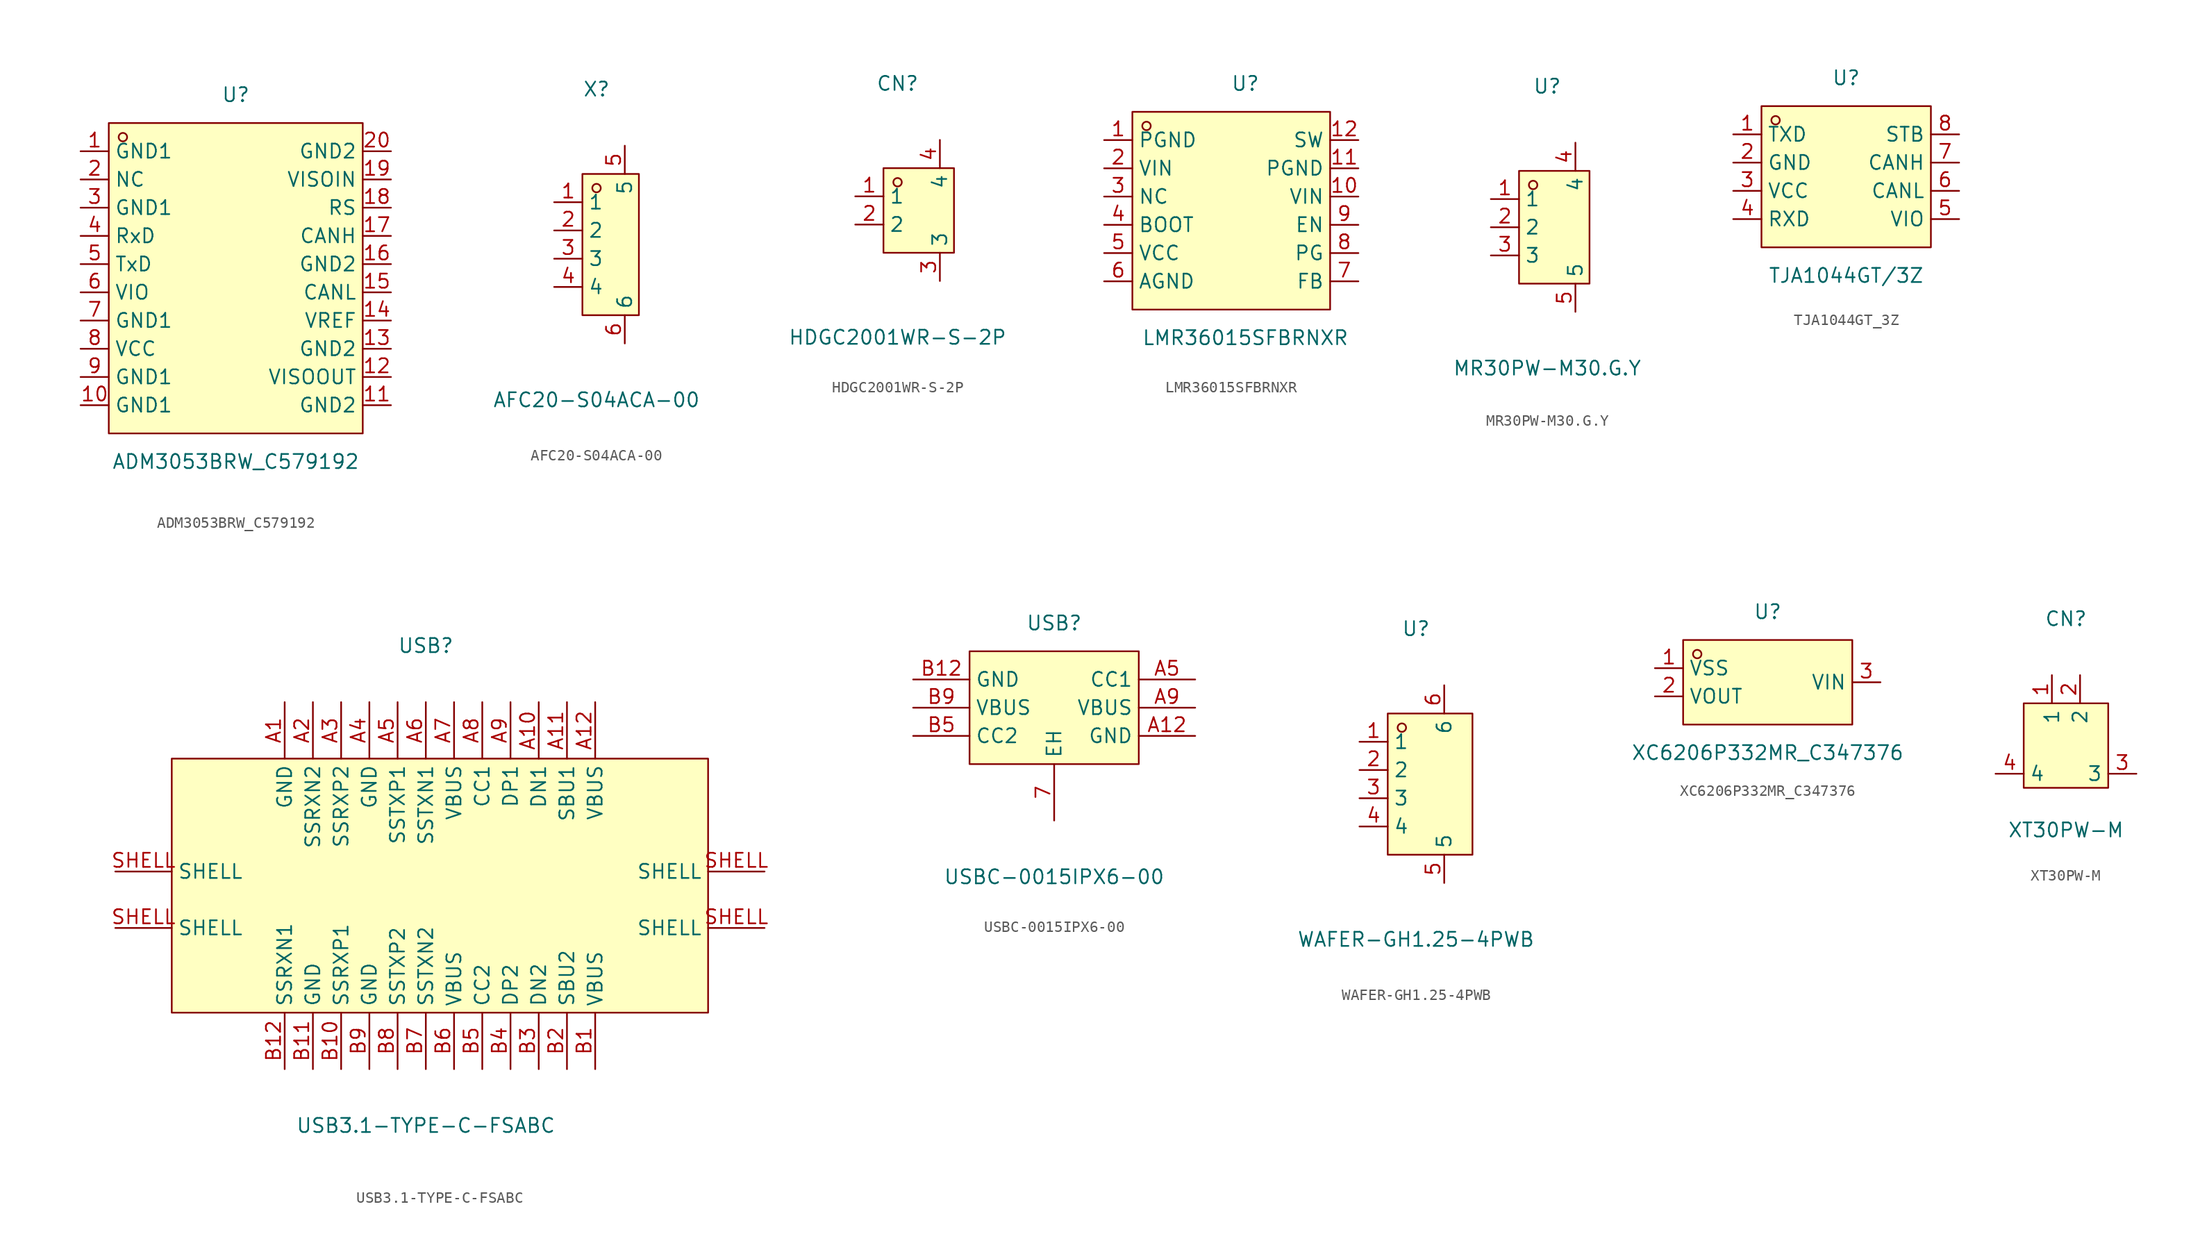
<source format=kicad_sym>
(kicad_symbol_lib
  (version 20220914)
  (generator https://github.com/uPesy/easyeda2kicad.py)
  (symbol "ADM3053BRW_C579192"
    (property "Reference" "U"
      (at 0 16.51 0)
      (effects (font (size 1.27 1.27))))
    (property "Value" "ADM3053BRW_C579192"
      (at 0 -16.51 0)
      (effects (font (size 1.27 1.27))))
    (symbol "ADM3053BRW_C579192_0_1"
      (rectangle (start -11.43 13.97) (end 11.43 -13.97) (stroke (width 0) (type default) (color 0 0 0 0)) (fill (type background)))
      (circle (center -10.16 12.70) (radius 0.38) (stroke (width 0) (type default) (color 0 0 0 0)) (fill (type none)))
      (pin unspecified line (at -13.97 11.43 0) (length 2.54) (name "GND1" (effects (font (size 1.27 1.27)))) (number "1" (effects (font (size 1.27 1.27)))))
      (pin unspecified line (at -13.97 8.89 0) (length 2.54) (name "NC" (effects (font (size 1.27 1.27)))) (number "2" (effects (font (size 1.27 1.27)))))
      (pin unspecified line (at -13.97 6.35 0) (length 2.54) (name "GND1" (effects (font (size 1.27 1.27)))) (number "3" (effects (font (size 1.27 1.27)))))
      (pin unspecified line (at -13.97 3.81 0) (length 2.54) (name "RxD" (effects (font (size 1.27 1.27)))) (number "4" (effects (font (size 1.27 1.27)))))
      (pin unspecified line (at -13.97 1.27 0) (length 2.54) (name "TxD" (effects (font (size 1.27 1.27)))) (number "5" (effects (font (size 1.27 1.27)))))
      (pin unspecified line (at -13.97 -1.27 0) (length 2.54) (name "VIO" (effects (font (size 1.27 1.27)))) (number "6" (effects (font (size 1.27 1.27)))))
      (pin unspecified line (at -13.97 -3.81 0) (length 2.54) (name "GND1" (effects (font (size 1.27 1.27)))) (number "7" (effects (font (size 1.27 1.27)))))
      (pin unspecified line (at -13.97 -6.35 0) (length 2.54) (name "VCC" (effects (font (size 1.27 1.27)))) (number "8" (effects (font (size 1.27 1.27)))))
      (pin unspecified line (at -13.97 -8.89 0) (length 2.54) (name "GND1" (effects (font (size 1.27 1.27)))) (number "9" (effects (font (size 1.27 1.27)))))
      (pin unspecified line (at -13.97 -11.43 0) (length 2.54) (name "GND1" (effects (font (size 1.27 1.27)))) (number "10" (effects (font (size 1.27 1.27)))))
      (pin unspecified line (at 13.97 -11.43 180) (length 2.54) (name "GND2" (effects (font (size 1.27 1.27)))) (number "11" (effects (font (size 1.27 1.27)))))
      (pin unspecified line (at 13.97 -8.89 180) (length 2.54) (name "VISOOUT" (effects (font (size 1.27 1.27)))) (number "12" (effects (font (size 1.27 1.27)))))
      (pin unspecified line (at 13.97 -6.35 180) (length 2.54) (name "GND2" (effects (font (size 1.27 1.27)))) (number "13" (effects (font (size 1.27 1.27)))))
      (pin unspecified line (at 13.97 -3.81 180) (length 2.54) (name "VREF" (effects (font (size 1.27 1.27)))) (number "14" (effects (font (size 1.27 1.27)))))
      (pin unspecified line (at 13.97 -1.27 180) (length 2.54) (name "CANL" (effects (font (size 1.27 1.27)))) (number "15" (effects (font (size 1.27 1.27)))))
      (pin unspecified line (at 13.97 1.27 180) (length 2.54) (name "GND2" (effects (font (size 1.27 1.27)))) (number "16" (effects (font (size 1.27 1.27)))))
      (pin unspecified line (at 13.97 3.81 180) (length 2.54) (name "CANH" (effects (font (size 1.27 1.27)))) (number "17" (effects (font (size 1.27 1.27)))))
      (pin unspecified line (at 13.97 6.35 180) (length 2.54) (name "RS" (effects (font (size 1.27 1.27)))) (number "18" (effects (font (size 1.27 1.27)))))
      (pin unspecified line (at 13.97 8.89 180) (length 2.54) (name "VISOIN" (effects (font (size 1.27 1.27)))) (number "19" (effects (font (size 1.27 1.27)))))
      (pin unspecified line (at 13.97 11.43 180) (length 2.54) (name "GND2" (effects (font (size 1.27 1.27)))) (number "20" (effects (font (size 1.27 1.27)))))))
  (symbol "AFC20-S04ACA-00"
    (property "Reference" "X"
      (at 0 13.97 0)
      (effects (font (size 1.27 1.27))))
    (property "Value" "AFC20-S04ACA-00"
      (at 0 -13.97 0)
      (effects (font (size 1.27 1.27))))
    (symbol "AFC20-S04ACA-00_0_1"
      (rectangle (start -1.27 6.35) (end 3.81 -6.35) (stroke (width 0) (type default) (color 0 0 0 0)) (fill (type background)))
      (circle (center 0.00 5.08) (radius 0.38) (stroke (width 0) (type default) (color 0 0 0 0)) (fill (type none)))
      (pin unspecified line (at 2.54 -8.89 90) (length 2.54) (name "6" (effects (font (size 1.27 1.27)))) (number "6" (effects (font (size 1.27 1.27)))))
      (pin unspecified line (at 2.54 8.89 270) (length 2.54) (name "5" (effects (font (size 1.27 1.27)))) (number "5" (effects (font (size 1.27 1.27)))))
      (pin unspecified line (at -3.81 -3.81 0) (length 2.54) (name "4" (effects (font (size 1.27 1.27)))) (number "4" (effects (font (size 1.27 1.27)))))
      (pin unspecified line (at -3.81 -1.27 0) (length 2.54) (name "3" (effects (font (size 1.27 1.27)))) (number "3" (effects (font (size 1.27 1.27)))))
      (pin unspecified line (at -3.81 1.27 0) (length 2.54) (name "2" (effects (font (size 1.27 1.27)))) (number "2" (effects (font (size 1.27 1.27)))))
      (pin unspecified line (at -3.81 3.81 0) (length 2.54) (name "1" (effects (font (size 1.27 1.27)))) (number "1" (effects (font (size 1.27 1.27)))))))
  (symbol "HDGC2001WR-S-2P"
    (property "Reference" "CN"
      (at 0 11.43 0)
      (effects (font (size 1.27 1.27))))
    (property "Value" "HDGC2001WR-S-2P"
      (at 0 -11.43 0)
      (effects (font (size 1.27 1.27))))
    (symbol "HDGC2001WR-S-2P_0_1"
      (rectangle (start -1.27 3.81) (end 5.08 -3.81) (stroke (width 0) (type default) (color 0 0 0 0)) (fill (type background)))
      (circle (center 0.00 2.54) (radius 0.38) (stroke (width 0) (type default) (color 0 0 0 0)) (fill (type none)))
      (pin unspecified line (at -3.81 1.27 0) (length 2.54) (name "1" (effects (font (size 1.27 1.27)))) (number "1" (effects (font (size 1.27 1.27)))))
      (pin unspecified line (at -3.81 -1.27 0) (length 2.54) (name "2" (effects (font (size 1.27 1.27)))) (number "2" (effects (font (size 1.27 1.27)))))
      (pin unspecified line (at 3.81 -6.35 90) (length 2.54) (name "3" (effects (font (size 1.27 1.27)))) (number "3" (effects (font (size 1.27 1.27)))))
      (pin unspecified line (at 3.81 6.35 270) (length 2.54) (name "4" (effects (font (size 1.27 1.27)))) (number "4" (effects (font (size 1.27 1.27)))))))
  (symbol "LMR36015SFBRNXR"
    (property "Reference" "U"
      (at 0 12.7 0)
      (effects (font (size 1.27 1.27))))
    (property "Value" "LMR36015SFBRNXR"
      (at 0 -10.16 0)
      (effects (font (size 1.27 1.27))))
    (symbol "LMR36015SFBRNXR_0_1"
      (rectangle (start -10.16 10.16) (end 7.62 -7.62) (stroke (width 0) (type default)) (fill (type background)))
      (circle (center -8.89 8.89) (radius 0.38) (stroke (width 0) (type default)) (fill (type none)))
      (pin unspecified line (at -12.7 7.62 0) (length 2.54) (name "PGND" (effects (font (size 1.27 1.27)))) (number "1" (effects (font (size 1.27 1.27)))))
      (pin unspecified line (at 10.16 2.54 180) (length 2.54) (name "VIN" (effects (font (size 1.27 1.27)))) (number "10" (effects (font (size 1.27 1.27)))))
      (pin unspecified line (at 10.16 5.08 180) (length 2.54) (name "PGND" (effects (font (size 1.27 1.27)))) (number "11" (effects (font (size 1.27 1.27)))))
      (pin unspecified line (at 10.16 7.62 180) (length 2.54) (name "SW" (effects (font (size 1.27 1.27)))) (number "12" (effects (font (size 1.27 1.27)))))
      (pin unspecified line (at -12.7 5.08 0) (length 2.54) (name "VIN" (effects (font (size 1.27 1.27)))) (number "2" (effects (font (size 1.27 1.27)))))
      (pin unspecified line (at -12.7 2.54 0) (length 2.54) (name "NC" (effects (font (size 1.27 1.27)))) (number "3" (effects (font (size 1.27 1.27)))))
      (pin unspecified line (at -12.7 0 0) (length 2.54) (name "BOOT" (effects (font (size 1.27 1.27)))) (number "4" (effects (font (size 1.27 1.27)))))
      (pin unspecified line (at -12.7 -2.54 0) (length 2.54) (name "VCC" (effects (font (size 1.27 1.27)))) (number "5" (effects (font (size 1.27 1.27)))))
      (pin unspecified line (at -12.7 -5.08 0) (length 2.54) (name "AGND" (effects (font (size 1.27 1.27)))) (number "6" (effects (font (size 1.27 1.27)))))
      (pin unspecified line (at 10.16 -5.08 180) (length 2.54) (name "FB" (effects (font (size 1.27 1.27)))) (number "7" (effects (font (size 1.27 1.27)))))
      (pin unspecified line (at 10.16 -2.54 180) (length 2.54) (name "PG" (effects (font (size 1.27 1.27)))) (number "8" (effects (font (size 1.27 1.27)))))
      (pin unspecified line (at 10.16 0 180) (length 2.54) (name "EN" (effects (font (size 1.27 1.27)))) (number "9" (effects (font (size 1.27 1.27)))))))
  (symbol "MR30PW-M30.G.Y"
    (property "Reference" "U"
      (at 0 12.70 0)
      (effects (font (size 1.27 1.27))))
    (property "Value" "MR30PW-M30.G.Y"
      (at 0 -12.70 0)
      (effects (font (size 1.27 1.27))))
    (symbol "MR30PW-M30.G.Y_0_1"
      (rectangle (start -2.54 5.08) (end 3.81 -5.08) (stroke (width 0) (type default) (color 0 0 0 0)) (fill (type background)))
      (circle (center -1.27 3.81) (radius 0.38) (stroke (width 0) (type default) (color 0 0 0 0)) (fill (type none)))
      (pin unspecified line (at 2.54 7.62 270) (length 2.54) (name "4" (effects (font (size 1.27 1.27)))) (number "4" (effects (font (size 1.27 1.27)))))
      (pin unspecified line (at 2.54 -7.62 90) (length 2.54) (name "5" (effects (font (size 1.27 1.27)))) (number "5" (effects (font (size 1.27 1.27)))))
      (pin unspecified line (at -5.08 -2.54 0) (length 2.54) (name "3" (effects (font (size 1.27 1.27)))) (number "3" (effects (font (size 1.27 1.27)))))
      (pin unspecified line (at -5.08 -0.00 0) (length 2.54) (name "2" (effects (font (size 1.27 1.27)))) (number "2" (effects (font (size 1.27 1.27)))))
      (pin unspecified line (at -5.08 2.54 0) (length 2.54) (name "1" (effects (font (size 1.27 1.27)))) (number "1" (effects (font (size 1.27 1.27)))))))
  (symbol "TJA1044GT_3Z"
    (property "Reference" "U"
      (at 0 8.89 0)
      (effects (font (size 1.27 1.27))))
    (property "Value" "TJA1044GT/3Z"
      (at 0 -8.89 0)
      (effects (font (size 1.27 1.27))))
    (symbol "TJA1044GT_3Z_0_1"
      (rectangle (start -7.62 6.35) (end 7.62 -6.35) (stroke (width 0) (type default) (color 0 0 0 0)) (fill (type background)))
      (circle (center -6.35 5.08) (radius 0.38) (stroke (width 0) (type default) (color 0 0 0 0)) (fill (type none)))
      (pin unspecified line (at -10.16 3.81 0) (length 2.54) (name "TXD" (effects (font (size 1.27 1.27)))) (number "1" (effects (font (size 1.27 1.27)))))
      (pin unspecified line (at -10.16 1.27 0) (length 2.54) (name "GND" (effects (font (size 1.27 1.27)))) (number "2" (effects (font (size 1.27 1.27)))))
      (pin unspecified line (at -10.16 -1.27 0) (length 2.54) (name "VCC" (effects (font (size 1.27 1.27)))) (number "3" (effects (font (size 1.27 1.27)))))
      (pin unspecified line (at -10.16 -3.81 0) (length 2.54) (name "RXD" (effects (font (size 1.27 1.27)))) (number "4" (effects (font (size 1.27 1.27)))))
      (pin unspecified line (at 10.16 -3.81 180) (length 2.54) (name "VIO" (effects (font (size 1.27 1.27)))) (number "5" (effects (font (size 1.27 1.27)))))
      (pin unspecified line (at 10.16 -1.27 180) (length 2.54) (name "CANL" (effects (font (size 1.27 1.27)))) (number "6" (effects (font (size 1.27 1.27)))))
      (pin unspecified line (at 10.16 1.27 180) (length 2.54) (name "CANH" (effects (font (size 1.27 1.27)))) (number "7" (effects (font (size 1.27 1.27)))))
      (pin unspecified line (at 10.16 3.81 180) (length 2.54) (name "STB" (effects (font (size 1.27 1.27)))) (number "8" (effects (font (size 1.27 1.27)))))))
  (symbol "USB3.1-TYPE-C-FSABC"
    (property "Reference" "USB"
      (at 0 22.86 0)
      (effects (font (size 1.27 1.27))))
    (property "Value" "USB3.1-TYPE-C-FSABC"
      (at 0 -20.32 0)
      (effects (font (size 1.27 1.27))))
    (symbol "USB3.1-TYPE-C-FSABC_0_1"
      (rectangle (start -22.86 12.70) (end 25.40 -10.16) (stroke (width 0) (type default) (color 0 0 0 0)) (fill (type background)))
      (pin unspecified line (at -12.70 17.78 270) (length 5.08) (name "GND" (effects (font (size 1.27 1.27)))) (number "A1" (effects (font (size 1.27 1.27)))))
      (pin unspecified line (at -10.16 17.78 270) (length 5.08) (name "SSRXN2" (effects (font (size 1.27 1.27)))) (number "A2" (effects (font (size 1.27 1.27)))))
      (pin unspecified line (at -7.62 17.78 270) (length 5.08) (name "SSRXP2" (effects (font (size 1.27 1.27)))) (number "A3" (effects (font (size 1.27 1.27)))))
      (pin unspecified line (at -5.08 17.78 270) (length 5.08) (name "GND" (effects (font (size 1.27 1.27)))) (number "A4" (effects (font (size 1.27 1.27)))))
      (pin unspecified line (at -2.54 17.78 270) (length 5.08) (name "SSTXP1" (effects (font (size 1.27 1.27)))) (number "A5" (effects (font (size 1.27 1.27)))))
      (pin unspecified line (at 0.00 17.78 270) (length 5.08) (name "SSTXN1" (effects (font (size 1.27 1.27)))) (number "A6" (effects (font (size 1.27 1.27)))))
      (pin unspecified line (at 2.54 17.78 270) (length 5.08) (name "VBUS" (effects (font (size 1.27 1.27)))) (number "A7" (effects (font (size 1.27 1.27)))))
      (pin unspecified line (at 5.08 17.78 270) (length 5.08) (name "CC1" (effects (font (size 1.27 1.27)))) (number "A8" (effects (font (size 1.27 1.27)))))
      (pin unspecified line (at 7.62 17.78 270) (length 5.08) (name "DP1" (effects (font (size 1.27 1.27)))) (number "A9" (effects (font (size 1.27 1.27)))))
      (pin unspecified line (at 10.16 17.78 270) (length 5.08) (name "DN1" (effects (font (size 1.27 1.27)))) (number "A10" (effects (font (size 1.27 1.27)))))
      (pin unspecified line (at 12.70 17.78 270) (length 5.08) (name "SBU1" (effects (font (size 1.27 1.27)))) (number "A11" (effects (font (size 1.27 1.27)))))
      (pin unspecified line (at 15.24 17.78 270) (length 5.08) (name "VBUS" (effects (font (size 1.27 1.27)))) (number "A12" (effects (font (size 1.27 1.27)))))
      (pin unspecified line (at -10.16 -15.24 90) (length 5.08) (name "GND" (effects (font (size 1.27 1.27)))) (number "B11" (effects (font (size 1.27 1.27)))))
      (pin unspecified line (at -12.70 -15.24 90) (length 5.08) (name "SSRXN1" (effects (font (size 1.27 1.27)))) (number "B12" (effects (font (size 1.27 1.27)))))
      (pin unspecified line (at -7.62 -15.24 90) (length 5.08) (name "SSRXP1" (effects (font (size 1.27 1.27)))) (number "B10" (effects (font (size 1.27 1.27)))))
      (pin unspecified line (at -5.08 -15.24 90) (length 5.08) (name "GND" (effects (font (size 1.27 1.27)))) (number "B9" (effects (font (size 1.27 1.27)))))
      (pin unspecified line (at -2.54 -15.24 90) (length 5.08) (name "SSTXP2" (effects (font (size 1.27 1.27)))) (number "B8" (effects (font (size 1.27 1.27)))))
      (pin unspecified line (at 0.00 -15.24 90) (length 5.08) (name "SSTXN2" (effects (font (size 1.27 1.27)))) (number "B7" (effects (font (size 1.27 1.27)))))
      (pin unspecified line (at 2.54 -15.24 90) (length 5.08) (name "VBUS" (effects (font (size 1.27 1.27)))) (number "B6" (effects (font (size 1.27 1.27)))))
      (pin unspecified line (at 5.08 -15.24 90) (length 5.08) (name "CC2" (effects (font (size 1.27 1.27)))) (number "B5" (effects (font (size 1.27 1.27)))))
      (pin unspecified line (at 7.62 -15.24 90) (length 5.08) (name "DP2" (effects (font (size 1.27 1.27)))) (number "B4" (effects (font (size 1.27 1.27)))))
      (pin unspecified line (at 10.16 -15.24 90) (length 5.08) (name "DN2" (effects (font (size 1.27 1.27)))) (number "B3" (effects (font (size 1.27 1.27)))))
      (pin unspecified line (at 12.70 -15.24 90) (length 5.08) (name "SBU2" (effects (font (size 1.27 1.27)))) (number "B2" (effects (font (size 1.27 1.27)))))
      (pin unspecified line (at 15.24 -15.24 90) (length 5.08) (name "VBUS" (effects (font (size 1.27 1.27)))) (number "B1" (effects (font (size 1.27 1.27)))))
      (pin unspecified line (at 30.48 -2.54 180) (length 5.08) (name "SHELL" (effects (font (size 1.27 1.27)))) (number "SHELL" (effects (font (size 1.27 1.27)))))
      (pin unspecified line (at 30.48 2.54 180) (length 5.08) (name "SHELL" (effects (font (size 1.27 1.27)))) (number "SHELL" (effects (font (size 1.27 1.27)))))
      (pin unspecified line (at -27.94 2.54 0) (length 5.08) (name "SHELL" (effects (font (size 1.27 1.27)))) (number "SHELL" (effects (font (size 1.27 1.27)))))
      (pin unspecified line (at -27.94 -2.54 0) (length 5.08) (name "SHELL" (effects (font (size 1.27 1.27)))) (number "SHELL" (effects (font (size 1.27 1.27)))))))
  (symbol "USBC-0015IPX6-00"
    (property "Reference" "USB"
      (at 0 7.62 0)
      (effects (font (size 1.27 1.27))))
    (property "Value" "USBC-0015IPX6-00"
      (at 0 -15.24 0)
      (effects (font (size 1.27 1.27))))
    (symbol "USBC-0015IPX6-00_0_1"
      (rectangle (start -7.62 5.08) (end 7.62 -5.08) (stroke (width 0) (type default) (color 0 0 0 0)) (fill (type background)))
      (pin unspecified line (at 0.00 -10.16 90) (length 5.08) (name "EH" (effects (font (size 1.27 1.27)))) (number "7" (effects (font (size 1.27 1.27)))))
      (pin unspecified line (at 12.70 2.54 180) (length 5.08) (name "CC1" (effects (font (size 1.27 1.27)))) (number "A5" (effects (font (size 1.27 1.27)))))
      (pin unspecified line (at 12.70 -0.00 180) (length 5.08) (name "VBUS" (effects (font (size 1.27 1.27)))) (number "A9" (effects (font (size 1.27 1.27)))))
      (pin unspecified line (at 12.70 -2.54 180) (length 5.08) (name "GND" (effects (font (size 1.27 1.27)))) (number "A12" (effects (font (size 1.27 1.27)))))
      (pin unspecified line (at -12.70 -2.54 0) (length 5.08) (name "CC2" (effects (font (size 1.27 1.27)))) (number "B5" (effects (font (size 1.27 1.27)))))
      (pin unspecified line (at -12.70 -0.00 0) (length 5.08) (name "VBUS" (effects (font (size 1.27 1.27)))) (number "B9" (effects (font (size 1.27 1.27)))))
      (pin unspecified line (at -12.70 2.54 0) (length 5.08) (name "GND" (effects (font (size 1.27 1.27)))) (number "B12" (effects (font (size 1.27 1.27)))))))
  (symbol "WAFER-GH1.25-4PWB"
    (property "Reference" "U"
      (at 0 15.24 0)
      (effects (font (size 1.27 1.27))))
    (property "Value" "WAFER-GH1.25-4PWB"
      (at 0 -12.70 0)
      (effects (font (size 1.27 1.27))))
    (symbol "WAFER-GH1.25-4PWB_0_1"
      (rectangle (start -2.54 7.62) (end 5.08 -5.08) (stroke (width 0) (type default) (color 0 0 0 0)) (fill (type background)))
      (circle (center -1.27 6.35) (radius 0.38) (stroke (width 0) (type default) (color 0 0 0 0)) (fill (type none)))
      (pin unspecified line (at -5.08 5.08 0) (length 2.54) (name "1" (effects (font (size 1.27 1.27)))) (number "1" (effects (font (size 1.27 1.27)))))
      (pin unspecified line (at -5.08 2.54 0) (length 2.54) (name "2" (effects (font (size 1.27 1.27)))) (number "2" (effects (font (size 1.27 1.27)))))
      (pin unspecified line (at -5.08 -0.00 0) (length 2.54) (name "3" (effects (font (size 1.27 1.27)))) (number "3" (effects (font (size 1.27 1.27)))))
      (pin unspecified line (at -5.08 -2.54 0) (length 2.54) (name "4" (effects (font (size 1.27 1.27)))) (number "4" (effects (font (size 1.27 1.27)))))
      (pin unspecified line (at 2.54 -7.62 90) (length 2.54) (name "5" (effects (font (size 1.27 1.27)))) (number "5" (effects (font (size 1.27 1.27)))))
      (pin unspecified line (at 2.54 10.16 270) (length 2.54) (name "6" (effects (font (size 1.27 1.27)))) (number "6" (effects (font (size 1.27 1.27)))))))
  (symbol "XC6206P332MR_C347376"
    (property "Reference" "U"
      (at 0 6.35 0)
      (effects (font (size 1.27 1.27))))
    (property "Value" "XC6206P332MR_C347376"
      (at 0 -6.35 0)
      (effects (font (size 1.27 1.27))))
    (symbol "XC6206P332MR_C347376_0_1"
      (rectangle (start -7.62 3.81) (end 7.62 -3.81) (stroke (width 0) (type default) (color 0 0 0 0)) (fill (type background)))
      (circle (center -6.35 2.54) (radius 0.38) (stroke (width 0) (type default) (color 0 0 0 0)) (fill (type none)))
      (pin unspecified line (at -10.16 1.27 0) (length 2.54) (name "VSS" (effects (font (size 1.27 1.27)))) (number "1" (effects (font (size 1.27 1.27)))))
      (pin unspecified line (at -10.16 -1.27 0) (length 2.54) (name "VOUT" (effects (font (size 1.27 1.27)))) (number "2" (effects (font (size 1.27 1.27)))))
      (pin unspecified line (at 10.16 -0.00 180) (length 2.54) (name "VIN" (effects (font (size 1.27 1.27)))) (number "3" (effects (font (size 1.27 1.27)))))))
  (symbol "XT30PW-M"
    (property "Reference" "CN"
      (at 0 10.16 0)
      (effects (font (size 1.27 1.27))))
    (property "Value" "XT30PW-M"
      (at 0 -8.89 0)
      (effects (font (size 1.27 1.27))))
    (symbol "XT30PW-M_0_1"
      (rectangle (start -3.81 2.54) (end 3.81 -5.08) (stroke (width 0) (type default) (color 0 0 0 0)) (fill (type background)))
      (pin unspecified line (at -1.27 5.08 270) (length 2.54) (name "1" (effects (font (size 1.27 1.27)))) (number "1" (effects (font (size 1.27 1.27)))))
      (pin unspecified line (at 1.27 5.08 270) (length 2.54) (name "2" (effects (font (size 1.27 1.27)))) (number "2" (effects (font (size 1.27 1.27)))))
      (pin unspecified line (at 6.35 -3.81 180) (length 2.54) (name "3" (effects (font (size 1.27 1.27)))) (number "3" (effects (font (size 1.27 1.27)))))
      (pin unspecified line (at -6.35 -3.81 0) (length 2.54) (name "4" (effects (font (size 1.27 1.27)))) (number "4" (effects (font (size 1.27 1.27))))))))
</source>
